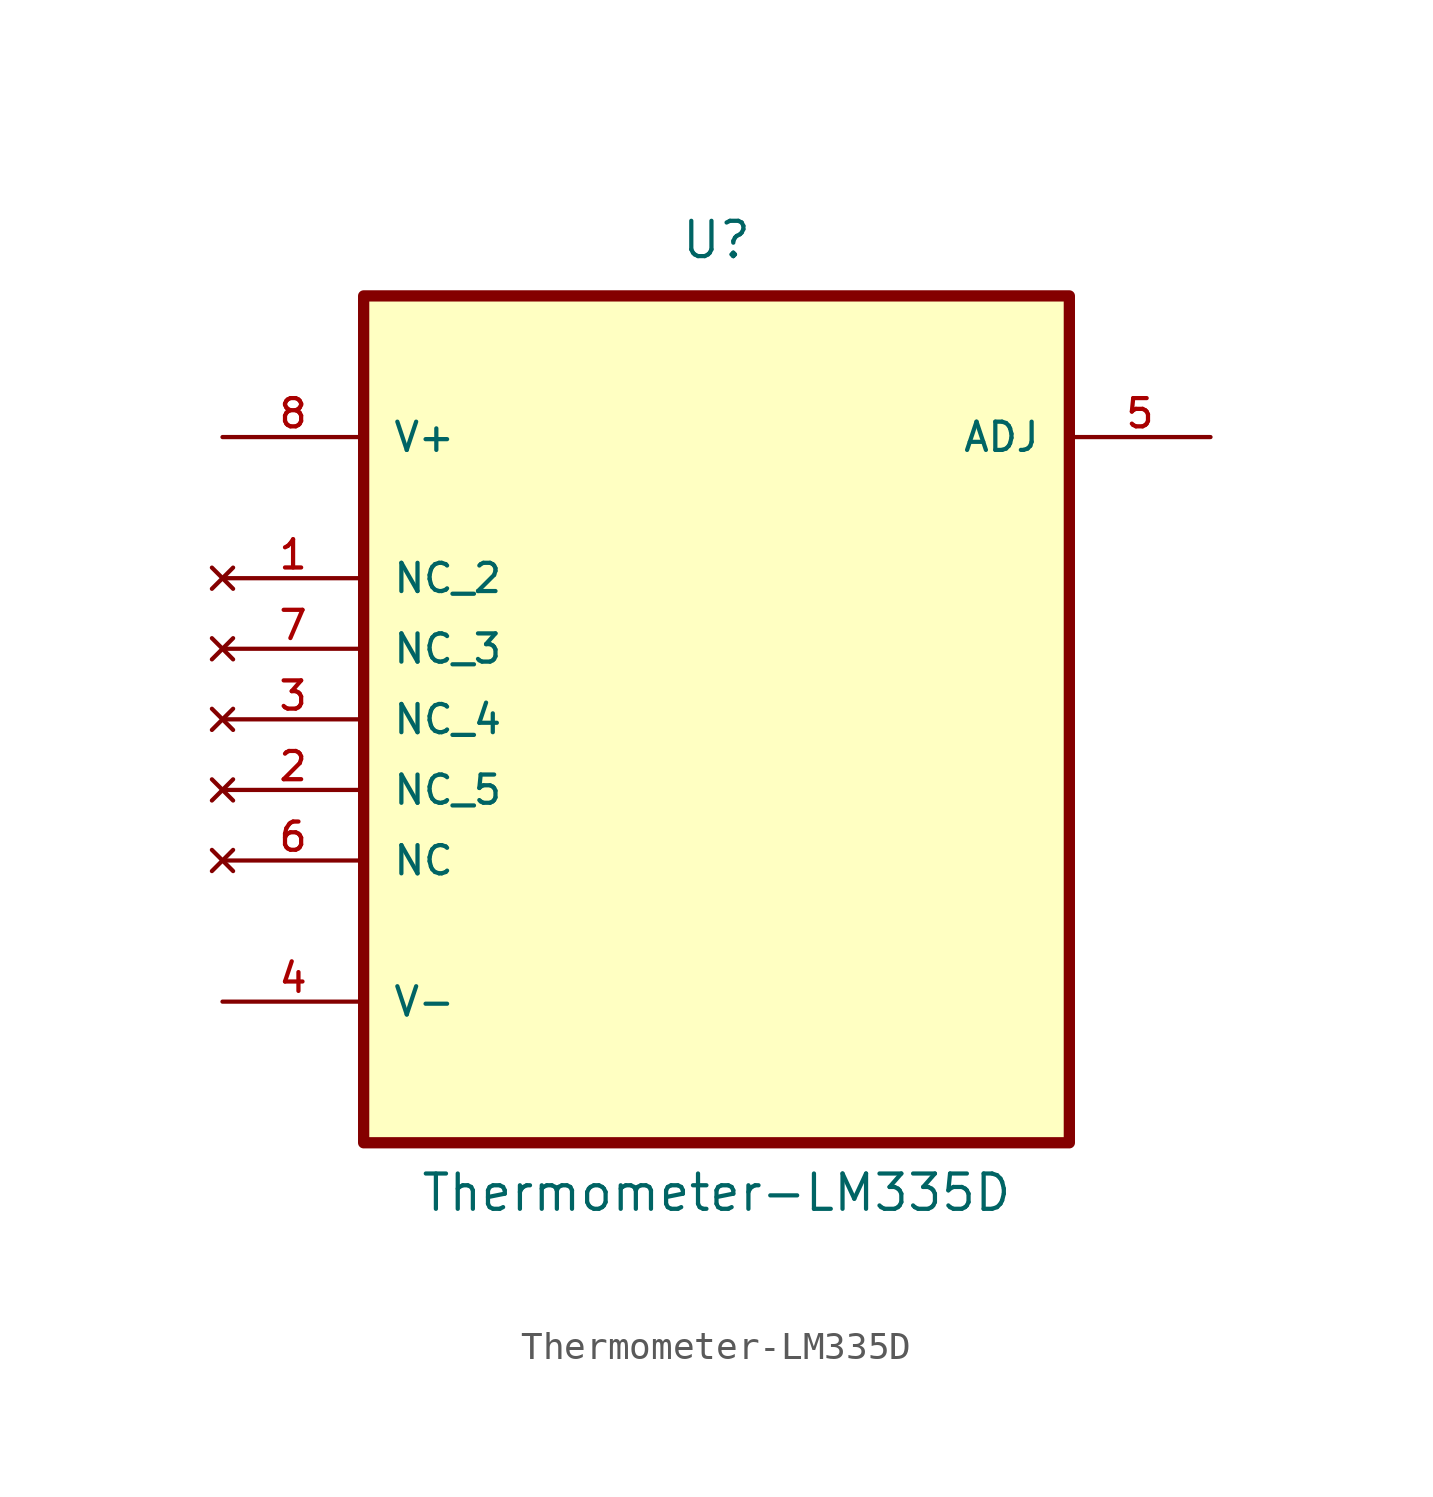
<source format=kicad_sym>
(kicad_symbol_lib
  (version 20220914)
  (generator kicad_symbol_editor)
  (symbol "Thermometer-LM335D"
    (pin_names
      (offset 1.016))
    (property "Reference" "U"
      (at 0 16.51 0)
      (effects (font (size 1.27 1.27)) (justify bottom)))
    (property "Value" "Thermometer-LM335D"
      (at 0 -17.78 0)
      (effects (font (size 1.27 1.27)) (justify bottom)))
    (symbol "Thermometer-LM335D_0_0"
      (rectangle (start -12.7 15.24) (end 12.7 -15.24) (stroke (width 0.406) (type default)) (fill (type background)))
      (pin no_connect line (at -17.78 5.08 0) (length 5.08) (name "NC_2" (effects (font (size 1.016 1.016)))) (number "1" (effects (font (size 1.016 1.016)))))
      (pin no_connect line (at -17.78 -2.54 0) (length 5.08) (name "NC_5" (effects (font (size 1.016 1.016)))) (number "2" (effects (font (size 1.016 1.016)))))
      (pin no_connect line (at -17.78 0 0) (length 5.08) (name "NC_4" (effects (font (size 1.016 1.016)))) (number "3" (effects (font (size 1.016 1.016)))))
      (pin power_in line (at -17.78 -10.16 0) (length 5.08) (name "V-" (effects (font (size 1.016 1.016)))) (number "4" (effects (font (size 1.016 1.016)))))
      (pin passive line (at 17.78 10.16 180) (length 5.08) (name "ADJ" (effects (font (size 1.016 1.016)))) (number "5" (effects (font (size 1.016 1.016)))))
      (pin no_connect line (at -17.78 -5.08 0) (length 5.08) (name "NC" (effects (font (size 1.016 1.016)))) (number "6" (effects (font (size 1.016 1.016)))))
      (pin no_connect line (at -17.78 2.54 0) (length 5.08) (name "NC_3" (effects (font (size 1.016 1.016)))) (number "7" (effects (font (size 1.016 1.016)))))
      (pin power_in line (at -17.78 10.16 0) (length 5.08) (name "V+" (effects (font (size 1.016 1.016)))) (number "8" (effects (font (size 1.016 1.016))))))))
</source>
